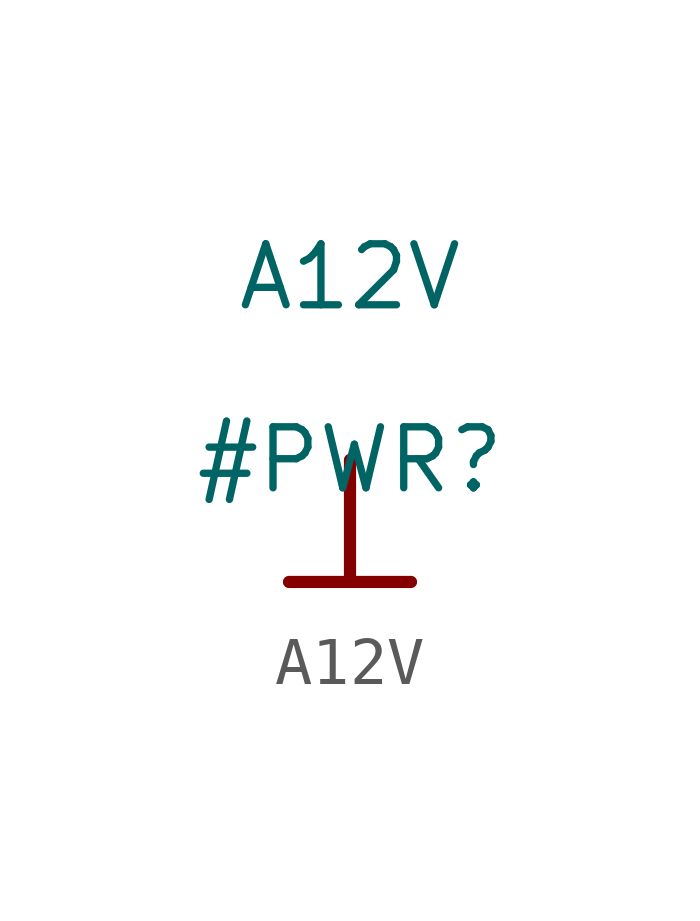
<source format=kicad_sym>
(kicad_symbol_lib
  (version 20220914)
  (generator kicad_symbol_editor)
  (symbol "A12V"
    (power)
    (property "Reference" "#PWR"
      (at 0 0 0)
      (effects (font (size 1.27 1.27))))
    (property "Value" "A12V"
      (at 0 3.81 0)
      (effects (font (size 1.27 1.27))))
    (symbol "A12V_0_0"
      (polyline (pts (xy -1.27 -2.54) (xy 1.27 -2.54)) (stroke (width 0.254) (type solid)) (fill (type none)))
      (polyline (pts (xy 0 0) (xy 0 -2.54)) (stroke (width 0.254) (type solid)) (fill (type none)))
      (pin power_in line (at 0 0 0) (length 0) hide (name "A12V" (effects (font (size 1.27 1.27)))) (number "" (effects (font (size 1.27 1.27))))))))
</source>
